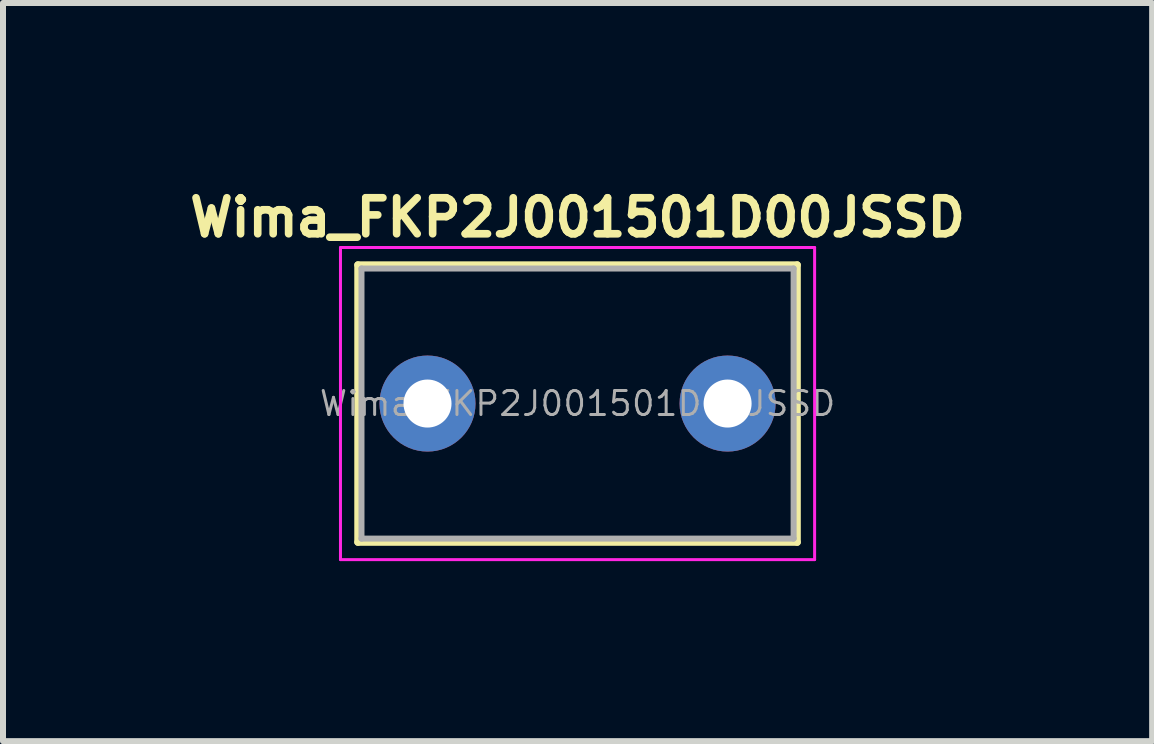
<source format=kicad_pcb>
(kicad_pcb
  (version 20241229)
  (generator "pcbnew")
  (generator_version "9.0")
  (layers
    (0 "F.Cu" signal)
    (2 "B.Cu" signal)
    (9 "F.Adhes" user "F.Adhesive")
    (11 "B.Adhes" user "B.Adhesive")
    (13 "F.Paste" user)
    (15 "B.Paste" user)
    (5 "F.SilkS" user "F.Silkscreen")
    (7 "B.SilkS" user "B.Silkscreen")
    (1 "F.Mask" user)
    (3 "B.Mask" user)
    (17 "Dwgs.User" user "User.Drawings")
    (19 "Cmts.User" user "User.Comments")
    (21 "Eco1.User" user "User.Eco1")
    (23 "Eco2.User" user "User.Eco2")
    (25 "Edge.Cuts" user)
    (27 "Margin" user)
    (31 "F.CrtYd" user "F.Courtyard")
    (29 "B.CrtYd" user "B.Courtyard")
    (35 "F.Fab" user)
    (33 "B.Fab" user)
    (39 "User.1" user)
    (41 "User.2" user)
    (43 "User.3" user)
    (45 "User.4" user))
  (footprint "Wima_FKP2J001501D00JSSD"
    (layer "F.Cu")
    (at 6.573 3.674)
    (property "Reference" "Wima_FKP2J001501D00JSSD" (at 0 -3.1 0) (layer "F.SilkS") (effects (font (size 0.6 0.6) (thickness 0.127))))
    (attr through_hole)
    (fp_line (start -3.66 -2.31) (end -3.66 2.31) (stroke (width 0.12) (type solid)) (layer "F.SilkS"))
    (fp_line (start -3.66 -2.31) (end 3.66 -2.31) (stroke (width 0.12) (type solid)) (layer "F.SilkS"))
    (fp_line (start -3.66 2.31) (end 3.66 2.31) (stroke (width 0.12) (type solid)) (layer "F.SilkS"))
    (fp_line (start 3.66 -2.31) (end 3.66 2.31) (stroke (width 0.12) (type solid)) (layer "F.SilkS"))
    (fp_line (start -3.95 -2.6) (end -3.95 2.6) (stroke (width 0.05) (type solid)) (layer "F.CrtYd"))
    (fp_line (start -3.95 2.6) (end 3.95 2.6) (stroke (width 0.05) (type solid)) (layer "F.CrtYd"))
    (fp_line (start 3.95 -2.6) (end -3.95 -2.6) (stroke (width 0.05) (type solid)) (layer "F.CrtYd"))
    (fp_line (start 3.95 2.6) (end 3.95 -2.6) (stroke (width 0.05) (type solid)) (layer "F.CrtYd"))
    (fp_line (start -3.6 -2.25) (end -3.6 2.25) (stroke (width 0.1) (type solid)) (layer "F.Fab"))
    (fp_line (start -3.6 2.25) (end 3.6 2.25) (stroke (width 0.1) (type solid)) (layer "F.Fab"))
    (fp_line (start 3.6 -2.25) (end -3.6 -2.25) (stroke (width 0.1) (type solid)) (layer "F.Fab"))
    (fp_line (start 3.6 2.25) (end 3.6 -2.25) (stroke (width 0.1) (type solid)) (layer "F.Fab"))
    (fp_text user "${REFERENCE}" (at 0 0 0) (layer "F.Fab") (effects (font (size 0.4 0.4) (thickness 0.05))))
    (pad "1" thru_hole circle (at -2.5 0) (size 1.6 1.6) (drill 0.8) (layers "*.Cu" "*.Mask"))
    (pad "2" thru_hole circle (at 2.5 0) (size 1.6 1.6) (drill 0.8) (layers "*.Cu" "*.Mask")))
  (gr_rect
    (start -3 -3)
    (end 16.147 9.299)
    (stroke (width 0.1) (type default))
    (fill no)
    (layer "Edge.Cuts")))
</source>
